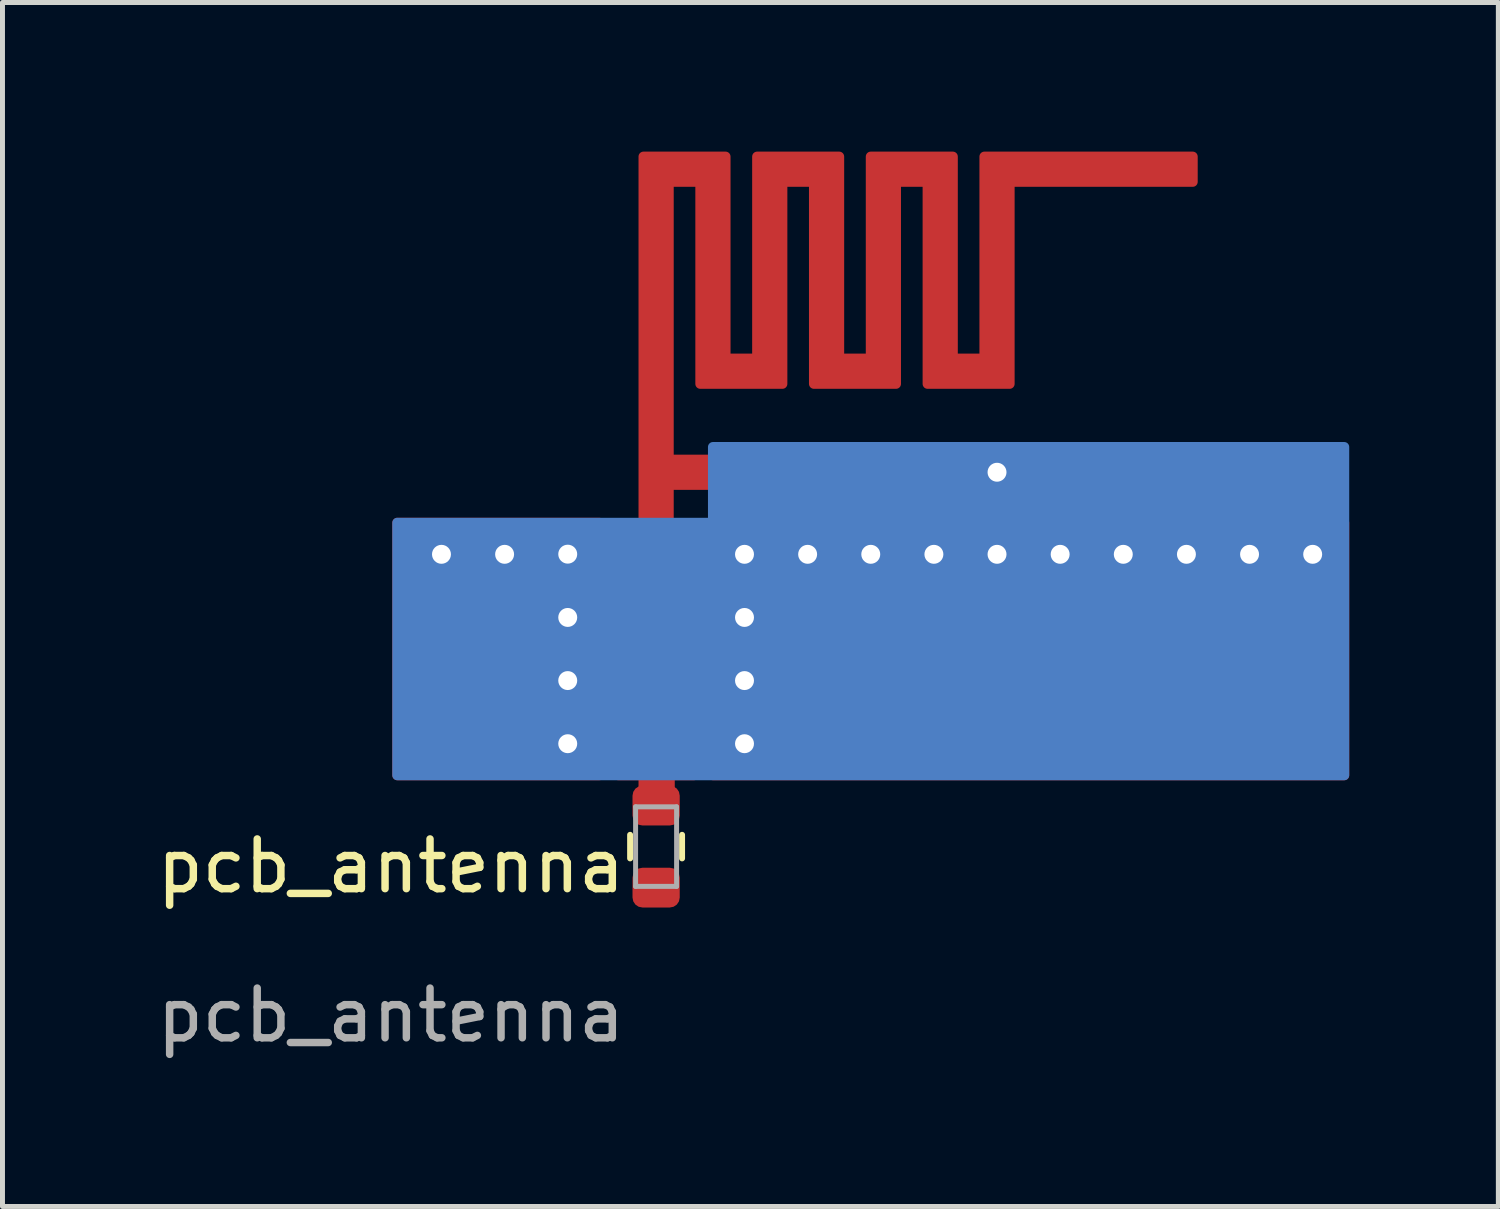
<source format=kicad_pcb>
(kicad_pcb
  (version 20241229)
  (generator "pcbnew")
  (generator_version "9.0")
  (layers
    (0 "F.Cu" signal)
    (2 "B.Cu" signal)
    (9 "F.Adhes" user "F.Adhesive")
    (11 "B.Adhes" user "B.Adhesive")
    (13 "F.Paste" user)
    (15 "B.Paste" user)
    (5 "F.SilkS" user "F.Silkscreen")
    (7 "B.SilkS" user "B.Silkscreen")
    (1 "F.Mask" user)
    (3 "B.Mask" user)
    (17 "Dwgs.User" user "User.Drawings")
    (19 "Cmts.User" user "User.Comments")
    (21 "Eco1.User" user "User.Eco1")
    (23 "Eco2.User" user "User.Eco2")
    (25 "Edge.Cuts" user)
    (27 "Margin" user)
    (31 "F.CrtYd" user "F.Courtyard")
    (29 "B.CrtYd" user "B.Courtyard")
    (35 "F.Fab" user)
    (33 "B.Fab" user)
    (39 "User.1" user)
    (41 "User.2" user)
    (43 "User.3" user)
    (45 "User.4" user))
  (footprint "pcb_antenna"
    (layer "F.Cu")
    (at 9.895 7.212)
    (property "Reference" "pcb_antenna" (at -5.08 7.16 0) (unlocked yes) (layer "F.SilkS") (effects (font (size 1 1) (thickness 0.15))))
    (fp_rect (start -0.889 5.334) (end -4.953 0.254) (stroke (width 0.2) (type solid)) (fill yes) (layer "F.Cu"))
    (fp_rect (start 0 5.334) (end 0.529 5.744) (stroke (width 0.2) (type solid)) (fill yes) (layer "F.Cu"))
    (fp_poly (pts (xy 14.097 5.334) (xy 1.397 5.334) (xy 1.397 0.254) (xy 14.097 0.254)) (stroke (width 0.2) (type solid)) (fill yes) (layer "F.Cu"))
    (fp_poly (pts (xy 1.651 -3.048) (xy 2.286 -3.048) (xy 2.286 -7.112) (xy 3.937 -7.112) (xy 3.937 -3.048) (xy 4.572 -3.048) (xy 4.572 -7.112) (xy 6.223 -7.112) (xy 6.223 -3.048) (xy 6.858 -3.048) (xy 6.858 -7.112) (xy 11.049 -7.112) (xy 11.049 -6.604) (xy 7.366 -6.604) (xy 7.366 -2.54) (xy 5.715 -2.54) (xy 5.715 -6.604) (xy 5.08 -6.604) (xy 5.08 -2.54) (xy 3.429 -2.54) (xy 3.429 -6.604) (xy 2.794 -6.604) (xy 2.794 -2.54) (xy 1.143 -2.54) (xy 1.143 -6.604) (xy 0.508 -6.604) (xy 0.508 -1.016) (xy 7.366 -1.016) (xy 7.366 -0.508) (xy 0.508 -0.508) (xy 0.508 0.254) (xy 1.016 1.27) (xy 1.016 5.334) (xy -0.508 5.334) (xy -0.508 1.27) (xy 0 0.254) (xy 0 -7.112) (xy 1.651 -7.112)) (stroke (width 0.2) (type solid)) (fill yes) (layer "F.Cu"))
    (fp_poly (pts (xy 14.097 5.334) (xy -4.953 5.334) (xy -4.953 0.254) (xy 1.397 0.254) (xy 1.397 -1.27) (xy 14.097 -1.27)) (stroke (width 0.2) (type solid)) (fill yes) (layer "B.Cu"))
    (fp_line (start -0.269 7.006) (end -0.269 6.532) (stroke (width 0.12) (type solid)) (layer "F.SilkS"))
    (fp_line (start 0.776 7.006) (end 0.776 6.532) (stroke (width 0.12) (type solid)) (layer "F.SilkS"))
    (fp_line (start -0.159 5.969) (end 0.666 5.969) (stroke (width 0.1) (type solid)) (layer "F.Fab"))
    (fp_line (start -0.159 7.569) (end -0.159 5.969) (stroke (width 0.1) (type solid)) (layer "F.Fab"))
    (fp_line (start 0.666 5.969) (end 0.666 7.569) (stroke (width 0.1) (type solid)) (layer "F.Fab"))
    (fp_line (start 0.666 7.569) (end -0.159 7.569) (stroke (width 0.1) (type solid)) (layer "F.Fab"))
    (fp_text user "${REFERENCE}" (at -5.08 10.16 0) (unlocked yes) (layer "F.Fab") (effects (font (size 1 1) (thickness 0.15))))
    (pad "1" thru_hole circle (at -4.064 0.889) (size 0.508 0.508) (drill 0.381) (layers "*.Cu" "*.Mask"))
    (pad "1" thru_hole circle (at -2.794 0.889) (size 0.508 0.508) (drill 0.381) (layers "*.Cu" "*.Mask"))
    (pad "1" thru_hole circle (at -1.524 0.886) (size 0.508 0.508) (drill 0.381) (layers "*.Cu" "*.Mask"))
    (pad "1" thru_hole circle (at -1.524 2.159) (size 0.508 0.508) (drill 0.381) (layers "*.Cu" "*.Mask"))
    (pad "1" thru_hole circle (at -1.524 3.429) (size 0.508 0.508) (drill 0.381) (layers "*.Cu" "*.Mask"))
    (pad "1" thru_hole circle (at -1.524 4.699) (size 0.508 0.508) (drill 0.381) (layers "*.Cu" "*.Mask"))
    (pad "1" smd roundrect (at 0.254 7.594 90) (size 0.8 0.95) (layers "F.Cu" "F.Mask" "F.Paste") (roundrect_rratio 0.25))
    (pad "1" thru_hole circle (at 2.032 0.889) (size 0.508 0.508) (drill 0.381) (layers "*.Cu" "*.Mask"))
    (pad "1" thru_hole circle (at 2.032 2.159) (size 0.508 0.508) (drill 0.381) (layers "*.Cu" "*.Mask"))
    (pad "1" thru_hole circle (at 2.032 3.429) (size 0.508 0.508) (drill 0.381) (layers "*.Cu" "*.Mask"))
    (pad "1" thru_hole circle (at 2.032 4.699) (size 0.508 0.508) (drill 0.381) (layers "*.Cu" "*.Mask"))
    (pad "1" thru_hole circle (at 3.302 0.889) (size 0.508 0.508) (drill 0.381) (layers "*.Cu" "*.Mask"))
    (pad "1" thru_hole circle (at 4.572 0.889) (size 0.508 0.508) (drill 0.381) (layers "*.Cu" "*.Mask"))
    (pad "1" thru_hole circle (at 5.842 0.889) (size 0.508 0.508) (drill 0.381) (layers "*.Cu" "*.Mask"))
    (pad "1" thru_hole circle (at 7.112 -0.762) (size 0.508 0.508) (drill 0.381) (layers "*.Cu" "*.Mask"))
    (pad "1" thru_hole circle (at 7.112 0.889) (size 0.508 0.508) (drill 0.381) (layers "*.Cu" "*.Mask"))
    (pad "1" thru_hole circle (at 8.382 0.889) (size 0.508 0.508) (drill 0.381) (layers "*.Cu" "*.Mask"))
    (pad "1" thru_hole circle (at 9.652 0.889) (size 0.508 0.508) (drill 0.381) (layers "*.Cu" "*.Mask"))
    (pad "1" thru_hole circle (at 10.922 0.889) (size 0.508 0.508) (drill 0.381) (layers "*.Cu" "*.Mask"))
    (pad "1" thru_hole circle (at 12.192 0.889) (size 0.508 0.508) (drill 0.381) (layers "*.Cu" "*.Mask"))
    (pad "1" thru_hole circle (at 13.462 0.889) (size 0.508 0.508) (drill 0.381) (layers "*.Cu" "*.Mask"))
    (pad "2" smd roundrect (at 0.254 5.944 90) (size 0.8 0.95) (layers "F.Cu" "F.Mask" "F.Paste") (roundrect_rratio 0.25)))
  (gr_rect
    (start -3 -3)
    (end 27.092 21.22)
    (stroke (width 0.1) (type default))
    (fill no)
    (layer "Edge.Cuts")))
</source>
